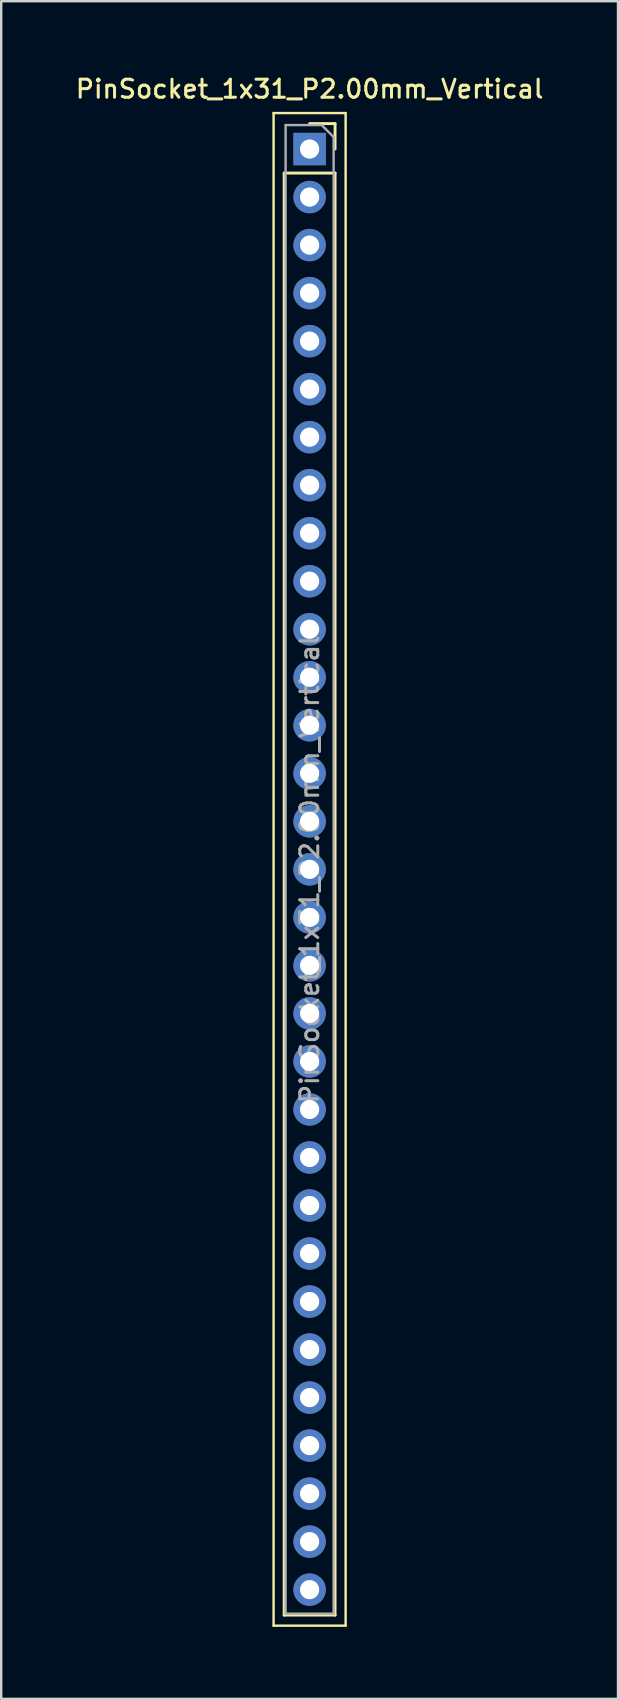
<source format=kicad_pcb>
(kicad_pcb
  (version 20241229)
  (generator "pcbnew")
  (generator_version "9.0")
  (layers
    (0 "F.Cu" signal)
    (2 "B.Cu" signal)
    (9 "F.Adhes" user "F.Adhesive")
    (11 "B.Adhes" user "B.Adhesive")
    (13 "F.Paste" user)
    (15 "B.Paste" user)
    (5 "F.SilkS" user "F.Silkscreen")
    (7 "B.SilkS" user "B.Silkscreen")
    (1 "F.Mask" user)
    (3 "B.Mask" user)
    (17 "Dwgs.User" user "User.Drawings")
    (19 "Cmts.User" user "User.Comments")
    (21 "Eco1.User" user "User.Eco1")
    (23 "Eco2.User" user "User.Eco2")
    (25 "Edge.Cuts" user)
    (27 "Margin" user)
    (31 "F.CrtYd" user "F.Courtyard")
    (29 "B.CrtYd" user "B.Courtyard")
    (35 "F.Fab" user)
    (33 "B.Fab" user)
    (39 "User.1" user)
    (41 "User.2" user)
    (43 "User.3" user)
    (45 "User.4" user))
  (footprint "PinSocket_1x31_P2.00mm_Vertical"
    (layer "F.Cu")
    (at 9.845 3.158)
    (property "Reference" "PinSocket_1x31_P2.00mm_Vertical" (at 0 -2.5 0) (layer "F.SilkS") (effects (font (size 0.75 0.75) (thickness 0.125))))
    (attr through_hole)
    (fp_line (start -1.5 -1.5) (end 1.5 -1.5) (stroke (width 0.1) (type solid)) (layer "F.SilkS"))
    (fp_line (start -1.5 61.5) (end -1.5 -1.5) (stroke (width 0.1) (type solid)) (layer "F.SilkS"))
    (fp_line (start -1.06 1) (end -1.06 61.06) (stroke (width 0.12) (type solid)) (layer "F.SilkS"))
    (fp_line (start -1.06 1) (end 1.06 1) (stroke (width 0.12) (type solid)) (layer "F.SilkS"))
    (fp_line (start -1.06 61.06) (end 1.06 61.06) (stroke (width 0.12) (type solid)) (layer "F.SilkS"))
    (fp_line (start 0 -1.06) (end 1.06 -1.06) (stroke (width 0.12) (type solid)) (layer "F.SilkS"))
    (fp_line (start 1.06 -1.06) (end 1.06 0) (stroke (width 0.12) (type solid)) (layer "F.SilkS"))
    (fp_line (start 1.06 1) (end 1.06 61.06) (stroke (width 0.12) (type solid)) (layer "F.SilkS"))
    (fp_line (start 1.5 -1.5) (end 1.5 61.5) (stroke (width 0.1) (type solid)) (layer "F.SilkS"))
    (fp_line (start 1.5 61.5) (end -1.5 61.5) (stroke (width 0.1) (type solid)) (layer "F.SilkS"))
    (fp_line (start -1 -1) (end 0.5 -1) (stroke (width 0.1) (type solid)) (layer "F.Fab"))
    (fp_line (start -1 61) (end -1 -1) (stroke (width 0.1) (type solid)) (layer "F.Fab"))
    (fp_line (start 0.5 -1) (end 1 -0.5) (stroke (width 0.1) (type solid)) (layer "F.Fab"))
    (fp_line (start 1 -0.5) (end 1 61) (stroke (width 0.1) (type solid)) (layer "F.Fab"))
    (fp_line (start 1 61) (end -1 61) (stroke (width 0.1) (type solid)) (layer "F.Fab"))
    (fp_text user "${REFERENCE}" (at 0 30 90) (layer "F.Fab") (effects (font (size 0.75 0.75) (thickness 0.125))))
    (pad "1" thru_hole rect (at 0 0) (size 1.35 1.35) (drill 0.8) (layers "*.Cu" "*.Mask"))
    (pad "2" thru_hole oval (at 0 2) (size 1.35 1.35) (drill 0.8) (layers "*.Cu" "*.Mask"))
    (pad "3" thru_hole oval (at 0 4) (size 1.35 1.35) (drill 0.8) (layers "*.Cu" "*.Mask"))
    (pad "4" thru_hole oval (at 0 6) (size 1.35 1.35) (drill 0.8) (layers "*.Cu" "*.Mask"))
    (pad "5" thru_hole oval (at 0 8) (size 1.35 1.35) (drill 0.8) (layers "*.Cu" "*.Mask"))
    (pad "6" thru_hole oval (at 0 10) (size 1.35 1.35) (drill 0.8) (layers "*.Cu" "*.Mask"))
    (pad "7" thru_hole oval (at 0 12) (size 1.35 1.35) (drill 0.8) (layers "*.Cu" "*.Mask"))
    (pad "8" thru_hole oval (at 0 14) (size 1.35 1.35) (drill 0.8) (layers "*.Cu" "*.Mask"))
    (pad "9" thru_hole oval (at 0 16) (size 1.35 1.35) (drill 0.8) (layers "*.Cu" "*.Mask"))
    (pad "10" thru_hole oval (at 0 18) (size 1.35 1.35) (drill 0.8) (layers "*.Cu" "*.Mask"))
    (pad "11" thru_hole oval (at 0 20) (size 1.35 1.35) (drill 0.8) (layers "*.Cu" "*.Mask"))
    (pad "12" thru_hole oval (at 0 22) (size 1.35 1.35) (drill 0.8) (layers "*.Cu" "*.Mask"))
    (pad "13" thru_hole oval (at 0 24) (size 1.35 1.35) (drill 0.8) (layers "*.Cu" "*.Mask"))
    (pad "14" thru_hole oval (at 0 26) (size 1.35 1.35) (drill 0.8) (layers "*.Cu" "*.Mask"))
    (pad "15" thru_hole oval (at 0 28) (size 1.35 1.35) (drill 0.8) (layers "*.Cu" "*.Mask"))
    (pad "16" thru_hole oval (at 0 30) (size 1.35 1.35) (drill 0.8) (layers "*.Cu" "*.Mask"))
    (pad "17" thru_hole oval (at 0 32) (size 1.35 1.35) (drill 0.8) (layers "*.Cu" "*.Mask"))
    (pad "18" thru_hole oval (at 0 34) (size 1.35 1.35) (drill 0.8) (layers "*.Cu" "*.Mask"))
    (pad "19" thru_hole oval (at 0 36) (size 1.35 1.35) (drill 0.8) (layers "*.Cu" "*.Mask"))
    (pad "20" thru_hole oval (at 0 38) (size 1.35 1.35) (drill 0.8) (layers "*.Cu" "*.Mask"))
    (pad "21" thru_hole oval (at 0 40) (size 1.35 1.35) (drill 0.8) (layers "*.Cu" "*.Mask"))
    (pad "22" thru_hole oval (at 0 42) (size 1.35 1.35) (drill 0.8) (layers "*.Cu" "*.Mask"))
    (pad "23" thru_hole oval (at 0 44) (size 1.35 1.35) (drill 0.8) (layers "*.Cu" "*.Mask"))
    (pad "24" thru_hole oval (at 0 46) (size 1.35 1.35) (drill 0.8) (layers "*.Cu" "*.Mask"))
    (pad "25" thru_hole oval (at 0 48) (size 1.35 1.35) (drill 0.8) (layers "*.Cu" "*.Mask"))
    (pad "26" thru_hole oval (at 0 50) (size 1.35 1.35) (drill 0.8) (layers "*.Cu" "*.Mask"))
    (pad "27" thru_hole oval (at 0 52) (size 1.35 1.35) (drill 0.8) (layers "*.Cu" "*.Mask"))
    (pad "28" thru_hole oval (at 0 54) (size 1.35 1.35) (drill 0.8) (layers "*.Cu" "*.Mask"))
    (pad "29" thru_hole oval (at 0 56) (size 1.35 1.35) (drill 0.8) (layers "*.Cu" "*.Mask"))
    (pad "30" thru_hole oval (at 0 58) (size 1.35 1.35) (drill 0.8) (layers "*.Cu" "*.Mask"))
    (pad "31" thru_hole oval (at 0 60) (size 1.35 1.35) (drill 0.8) (layers "*.Cu" "*.Mask")))
  (gr_rect
    (start -3 -3)
    (end 22.689 67.708)
    (stroke (width 0.1) (type default))
    (fill no)
    (layer "Edge.Cuts")))
</source>
